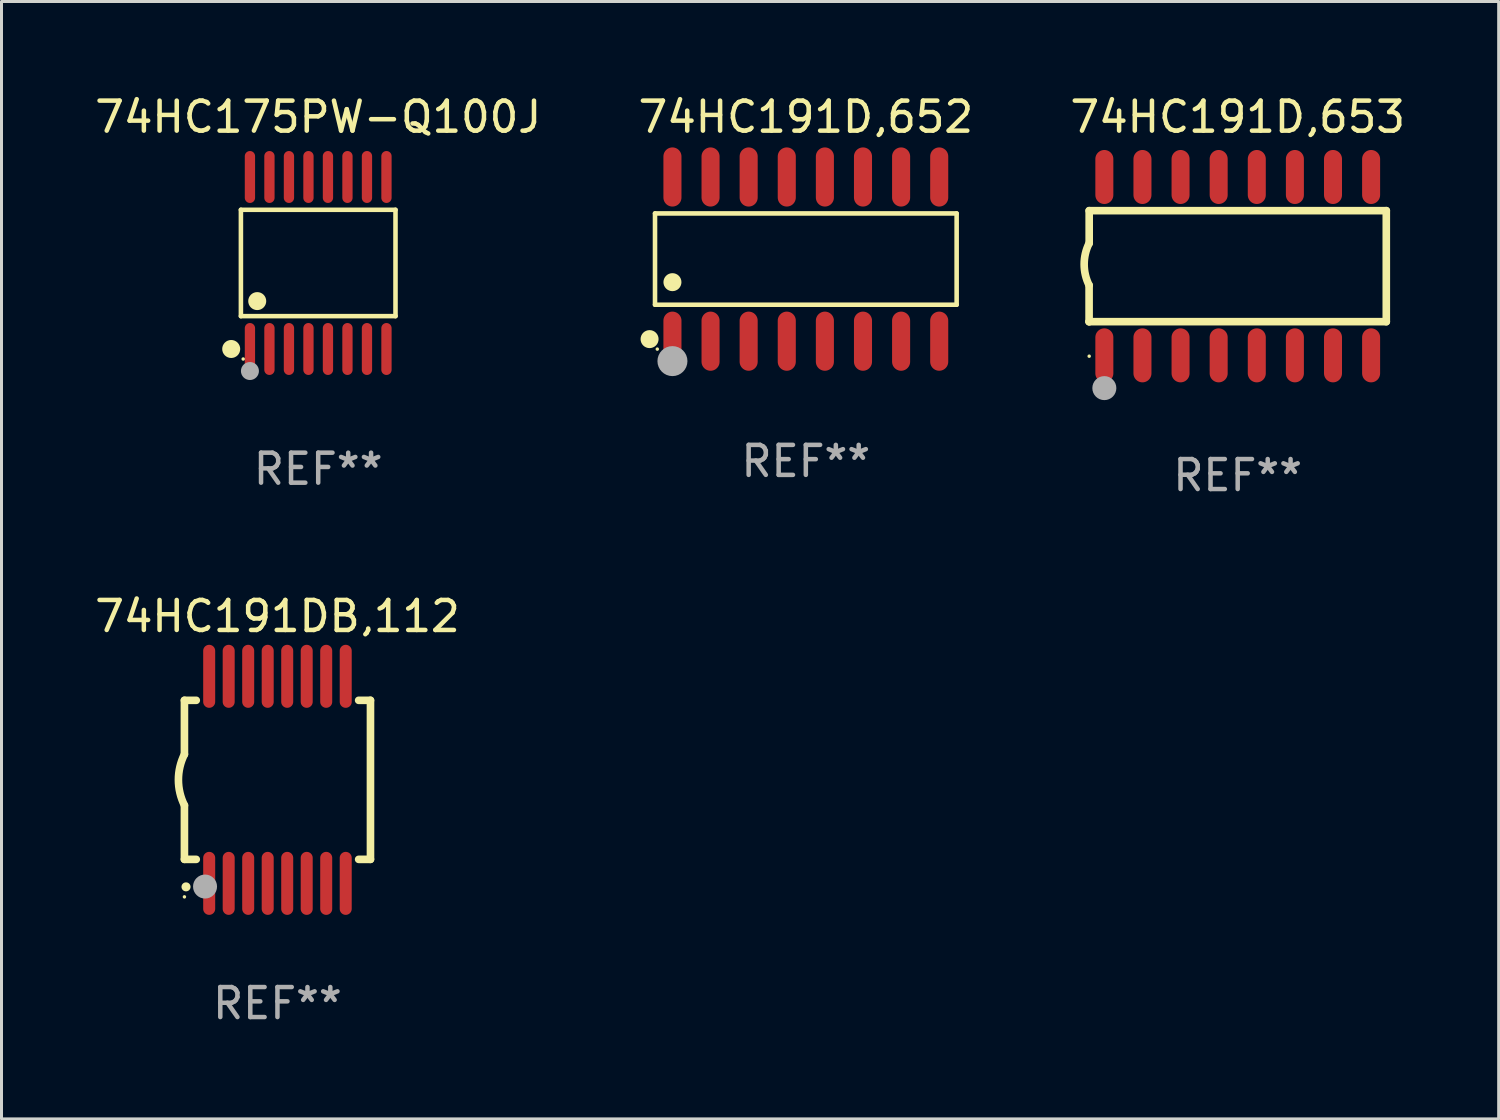
<source format=kicad_pcb>
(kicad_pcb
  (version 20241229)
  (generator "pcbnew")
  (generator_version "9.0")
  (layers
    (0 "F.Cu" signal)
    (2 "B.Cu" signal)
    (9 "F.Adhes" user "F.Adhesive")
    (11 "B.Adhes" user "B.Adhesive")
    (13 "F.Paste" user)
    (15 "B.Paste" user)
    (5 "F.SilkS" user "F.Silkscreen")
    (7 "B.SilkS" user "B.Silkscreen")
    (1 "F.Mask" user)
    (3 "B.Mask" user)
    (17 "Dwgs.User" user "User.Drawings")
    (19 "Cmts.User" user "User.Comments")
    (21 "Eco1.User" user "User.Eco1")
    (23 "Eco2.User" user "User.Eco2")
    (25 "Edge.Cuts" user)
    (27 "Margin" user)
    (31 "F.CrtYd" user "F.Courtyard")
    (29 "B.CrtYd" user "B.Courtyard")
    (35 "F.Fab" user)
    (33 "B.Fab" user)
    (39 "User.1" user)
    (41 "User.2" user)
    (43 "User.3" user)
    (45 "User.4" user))
  (footprint "74HC191D,653"
    (layer "F.Cu")
    (at 38.196 5.82)
    (property "Reference" "74HC191D,653" (at 0 -4.972 0) (layer "F.SilkS") (effects (font (size 1 1) (thickness 0.15))))
    (attr through_hole)
    (fp_line (start -4.952 0.635) (end -4.952 1.85) (stroke (width 0.254) (type solid)) (layer "F.SilkS"))
    (fp_line (start -4.952 1.85) (end -4.949 1.85) (stroke (width 0.254) (type solid)) (layer "F.SilkS"))
    (fp_line (start -4.949 -1.85) (end -4.949 -0.762) (stroke (width 0.254) (type solid)) (layer "F.SilkS"))
    (fp_line (start -4.949 1.85) (end 4.952 1.85) (stroke (width 0.254) (type solid)) (layer "F.SilkS"))
    (fp_line (start 4.952 -1.85) (end -4.949 -1.85) (stroke (width 0.254) (type solid)) (layer "F.SilkS"))
    (fp_line (start 4.952 1.85) (end 4.952 -1.85) (stroke (width 0.254) (type solid)) (layer "F.SilkS"))
    (fp_arc (start -4.951524 0.635001) (mid -5.116418 -0.0635) (end -4.951524 -0.762002) (stroke (width 0.254001) (type solid)) (layer "F.SilkS"))
    (fp_circle (center -4.949 3) (end -4.919 3) (stroke (width 0.06) (type solid)) (fill no) (layer "F.SilkS"))
    (fp_circle (center -4.444 4.064) (end -4.244 4.064) (stroke (width 0.4) (type solid)) (fill no) (layer "F.Fab"))
    (fp_text user "REF**" (at 0 6.972 0) (layer "F.Fab") (effects (font (size 1 1) (thickness 0.15))))
    (pad "1" smd oval (at -4.444 2.972 180) (size 0.6 1.8) (layers "F.Cu" "F.Mask" "F.Paste"))
    (pad "2" smd oval (at -3.174 2.972 180) (size 0.6 1.8) (layers "F.Cu" "F.Mask" "F.Paste"))
    (pad "3" smd oval (at -1.904 2.972 180) (size 0.6 1.8) (layers "F.Cu" "F.Mask" "F.Paste"))
    (pad "4" smd oval (at -0.634 2.972 180) (size 0.6 1.8) (layers "F.Cu" "F.Mask" "F.Paste"))
    (pad "5" smd oval (at 0.636 2.972 180) (size 0.6 1.8) (layers "F.Cu" "F.Mask" "F.Paste"))
    (pad "6" smd oval (at 1.906 2.972 180) (size 0.6 1.8) (layers "F.Cu" "F.Mask" "F.Paste"))
    (pad "7" smd oval (at 3.176 2.972 180) (size 0.6 1.8) (layers "F.Cu" "F.Mask" "F.Paste"))
    (pad "8" smd oval (at 4.446 2.972 180) (size 0.6 1.8) (layers "F.Cu" "F.Mask" "F.Paste"))
    (pad "9" smd oval (at 4.446 -2.972 180) (size 0.6 1.8) (layers "F.Cu" "F.Mask" "F.Paste"))
    (pad "10" smd oval (at 3.176 -2.972 180) (size 0.6 1.8) (layers "F.Cu" "F.Mask" "F.Paste"))
    (pad "11" smd oval (at 1.906 -2.972 180) (size 0.6 1.8) (layers "F.Cu" "F.Mask" "F.Paste"))
    (pad "12" smd oval (at 0.636 -2.972 180) (size 0.6 1.8) (layers "F.Cu" "F.Mask" "F.Paste"))
    (pad "13" smd oval (at -0.634 -2.972 180) (size 0.6 1.8) (layers "F.Cu" "F.Mask" "F.Paste"))
    (pad "14" smd oval (at -1.904 -2.972 180) (size 0.6 1.8) (layers "F.Cu" "F.Mask" "F.Paste"))
    (pad "15" smd oval (at -3.174 -2.972 180) (size 0.6 1.8) (layers "F.Cu" "F.Mask" "F.Paste"))
    (pad "16" smd oval (at -4.444 -2.972 180) (size 0.6 1.8) (layers "F.Cu" "F.Mask" "F.Paste")))
  (footprint "74HC191D,652"
    (layer "F.Cu")
    (at 23.804 5.584)
    (property "Reference" "74HC191D,652" (at 0 -4.736 0) (layer "F.SilkS") (effects (font (size 1 1) (thickness 0.15))))
    (attr through_hole)
    (fp_line (start -5.026 -1.521) (end 5.026 -1.521) (stroke (width 0.152) (type solid)) (layer "F.SilkS"))
    (fp_line (start -5.026 1.521) (end -5.026 -1.521) (stroke (width 0.152) (type solid)) (layer "F.SilkS"))
    (fp_line (start 5.026 -1.521) (end 5.026 1.521) (stroke (width 0.152) (type solid)) (layer "F.SilkS"))
    (fp_line (start 5.026 1.521) (end -5.026 1.521) (stroke (width 0.152) (type solid)) (layer "F.SilkS"))
    (fp_circle (center -5.207 2.667) (end -5.057 2.667) (stroke (width 0.3) (type solid)) (fill no) (layer "F.SilkS"))
    (fp_circle (center -4.95 3) (end -4.92 3) (stroke (width 0.06) (type solid)) (fill no) (layer "F.SilkS"))
    (fp_circle (center -4.445 0.769) (end -4.295 0.769) (stroke (width 0.3) (type solid)) (fill no) (layer "F.SilkS"))
    (fp_circle (center -4.445 3.4) (end -4.195 3.4) (stroke (width 0.5) (type solid)) (fill no) (layer "F.Fab"))
    (fp_text user "REF**" (at 0 6.736 0) (layer "F.Fab") (effects (font (size 1 1) (thickness 0.15))))
    (pad "1" smd oval (at -4.445 2.736) (size 0.602 1.971) (layers "F.Cu" "F.Mask" "F.Paste"))
    (pad "2" smd oval (at -3.175 2.736) (size 0.602 1.971) (layers "F.Cu" "F.Mask" "F.Paste"))
    (pad "3" smd oval (at -1.905 2.736) (size 0.602 1.971) (layers "F.Cu" "F.Mask" "F.Paste"))
    (pad "4" smd oval (at -0.635 2.736) (size 0.602 1.971) (layers "F.Cu" "F.Mask" "F.Paste"))
    (pad "5" smd oval (at 0.635 2.736) (size 0.602 1.971) (layers "F.Cu" "F.Mask" "F.Paste"))
    (pad "6" smd oval (at 1.905 2.736) (size 0.602 1.971) (layers "F.Cu" "F.Mask" "F.Paste"))
    (pad "7" smd oval (at 3.175 2.736) (size 0.602 1.971) (layers "F.Cu" "F.Mask" "F.Paste"))
    (pad "8" smd oval (at 4.445 2.736) (size 0.602 1.971) (layers "F.Cu" "F.Mask" "F.Paste"))
    (pad "9" smd oval (at 4.445 -2.736) (size 0.602 1.971) (layers "F.Cu" "F.Mask" "F.Paste"))
    (pad "10" smd oval (at 3.175 -2.736) (size 0.602 1.971) (layers "F.Cu" "F.Mask" "F.Paste"))
    (pad "11" smd oval (at 1.905 -2.736) (size 0.602 1.971) (layers "F.Cu" "F.Mask" "F.Paste"))
    (pad "12" smd oval (at 0.635 -2.736) (size 0.602 1.971) (layers "F.Cu" "F.Mask" "F.Paste"))
    (pad "13" smd oval (at -0.635 -2.736) (size 0.602 1.971) (layers "F.Cu" "F.Mask" "F.Paste"))
    (pad "14" smd oval (at -1.905 -2.736) (size 0.602 1.971) (layers "F.Cu" "F.Mask" "F.Paste"))
    (pad "15" smd oval (at -3.175 -2.736) (size 0.602 1.971) (layers "F.Cu" "F.Mask" "F.Paste"))
    (pad "16" smd oval (at -4.445 -2.736) (size 0.602 1.971) (layers "F.Cu" "F.Mask" "F.Paste")))
  (footprint "74HC191DB,112"
    (layer "F.Cu")
    (at 6.196 22.938)
    (property "Reference" "74HC191DB,112" (at 0 -5.45 0) (layer "F.SilkS") (effects (font (size 1 1) (thickness 0.15))))
    (attr through_hole)
    (fp_line (start -3.1 -2.65) (end -3.1 -0.85) (stroke (width 0.254) (type solid)) (layer "F.SilkS"))
    (fp_line (start -3.1 -2.65) (end -2.706 -2.65) (stroke (width 0.254) (type solid)) (layer "F.SilkS"))
    (fp_line (start -3.1 2.65) (end -3.1 0.85) (stroke (width 0.254) (type solid)) (layer "F.SilkS"))
    (fp_line (start -3.1 2.65) (end -2.706 2.65) (stroke (width 0.254) (type solid)) (layer "F.SilkS"))
    (fp_line (start 2.706 -2.65) (end 3.1 -2.65) (stroke (width 0.254) (type solid)) (layer "F.SilkS"))
    (fp_line (start 2.706 2.65) (end 3.1 2.65) (stroke (width 0.254) (type solid)) (layer "F.SilkS"))
    (fp_line (start 3.1 -2.65) (end 3.1 2.65) (stroke (width 0.254) (type solid)) (layer "F.SilkS"))
    (fp_arc (start -3.098907 0.850902) (mid -3.300057 0.000523) (end -3.1 -0.850114) (stroke (width 0.254001) (type solid)) (layer "F.SilkS"))
    (fp_arc (start -3.048006 3.566066) (mid -3.046736 3.566061) (end -3.045466 3.566066) (stroke (width 0.3) (type solid)) (layer "F.SilkS"))
    (fp_circle (center -3.1 3.9) (end -3.07 3.9) (stroke (width 0.06) (type solid)) (fill no) (layer "F.SilkS"))
    (fp_circle (center -2.413 3.556) (end -2.213 3.556) (stroke (width 0.4) (type solid)) (fill no) (layer "F.Fab"))
    (fp_text user "REF**" (at 0 7.45 0) (layer "F.Fab") (effects (font (size 1 1) (thickness 0.15))))
    (pad "1" smd oval (at -2.275 3.45 180) (size 0.4 2.1) (layers "F.Cu" "F.Mask" "F.Paste"))
    (pad "2" smd oval (at -1.625 3.45 180) (size 0.4 2.1) (layers "F.Cu" "F.Mask" "F.Paste"))
    (pad "3" smd oval (at -0.975 3.45 180) (size 0.4 2.1) (layers "F.Cu" "F.Mask" "F.Paste"))
    (pad "4" smd oval (at -0.325 3.45 180) (size 0.4 2.1) (layers "F.Cu" "F.Mask" "F.Paste"))
    (pad "5" smd oval (at 0.325 3.45 180) (size 0.4 2.1) (layers "F.Cu" "F.Mask" "F.Paste"))
    (pad "6" smd oval (at 0.975 3.45 180) (size 0.4 2.1) (layers "F.Cu" "F.Mask" "F.Paste"))
    (pad "7" smd oval (at 1.625 3.45 180) (size 0.4 2.1) (layers "F.Cu" "F.Mask" "F.Paste"))
    (pad "8" smd oval (at 2.275 3.45 180) (size 0.4 2.1) (layers "F.Cu" "F.Mask" "F.Paste"))
    (pad "9" smd oval (at 2.275 -3.45 180) (size 0.4 2.1) (layers "F.Cu" "F.Mask" "F.Paste"))
    (pad "10" smd oval (at 1.625 -3.45 180) (size 0.4 2.1) (layers "F.Cu" "F.Mask" "F.Paste"))
    (pad "11" smd oval (at 0.975 -3.45 180) (size 0.4 2.1) (layers "F.Cu" "F.Mask" "F.Paste"))
    (pad "12" smd oval (at 0.325 -3.45 180) (size 0.4 2.1) (layers "F.Cu" "F.Mask" "F.Paste"))
    (pad "13" smd oval (at -0.325 -3.45 180) (size 0.4 2.1) (layers "F.Cu" "F.Mask" "F.Paste"))
    (pad "14" smd oval (at -0.975 -3.45 180) (size 0.4 2.1) (layers "F.Cu" "F.Mask" "F.Paste"))
    (pad "15" smd oval (at -1.625 -3.45 180) (size 0.4 2.1) (layers "F.Cu" "F.Mask" "F.Paste"))
    (pad "16" smd oval (at -2.275 -3.45 180) (size 0.4 2.1) (layers "F.Cu" "F.Mask" "F.Paste")))
  (footprint "74HC175PW-Q100J"
    (layer "F.Cu")
    (at 7.554 5.714)
    (property "Reference" "74HC175PW-Q100J" (at 0 -4.866 0) (layer "F.SilkS") (effects (font (size 1 1) (thickness 0.15))))
    (attr through_hole)
    (fp_line (start -2.576 -1.772) (end 2.576 -1.772) (stroke (width 0.152) (type solid)) (layer "F.SilkS"))
    (fp_line (start -2.576 1.771) (end -2.576 -1.772) (stroke (width 0.152) (type solid)) (layer "F.SilkS"))
    (fp_line (start 2.576 -1.772) (end 2.576 1.771) (stroke (width 0.152) (type solid)) (layer "F.SilkS"))
    (fp_line (start 2.576 1.771) (end -2.576 1.771) (stroke (width 0.152) (type solid)) (layer "F.SilkS"))
    (fp_circle (center -2.899 2.866) (end -2.749 2.866) (stroke (width 0.3) (type solid)) (fill no) (layer "F.SilkS"))
    (fp_circle (center -2.5 3.2) (end -2.47 3.2) (stroke (width 0.06) (type solid)) (fill no) (layer "F.SilkS"))
    (fp_circle (center -2.032 1.27) (end -1.882 1.27) (stroke (width 0.3) (type solid)) (fill no) (layer "F.SilkS"))
    (fp_circle (center -2.275 3.6) (end -2.125 3.6) (stroke (width 0.3) (type solid)) (fill no) (layer "F.Fab"))
    (fp_text user "REF**" (at 0 6.866 0) (layer "F.Fab") (effects (font (size 1 1) (thickness 0.15))))
    (pad "1" smd oval (at -2.275 2.866) (size 0.343 1.731) (layers "F.Cu" "F.Mask" "F.Paste"))
    (pad "2" smd oval (at -1.625 2.866) (size 0.343 1.731) (layers "F.Cu" "F.Mask" "F.Paste"))
    (pad "3" smd oval (at -0.975 2.866) (size 0.343 1.731) (layers "F.Cu" "F.Mask" "F.Paste"))
    (pad "4" smd oval (at -0.325 2.866) (size 0.343 1.731) (layers "F.Cu" "F.Mask" "F.Paste"))
    (pad "5" smd oval (at 0.325 2.866) (size 0.343 1.731) (layers "F.Cu" "F.Mask" "F.Paste"))
    (pad "6" smd oval (at 0.975 2.866) (size 0.343 1.731) (layers "F.Cu" "F.Mask" "F.Paste"))
    (pad "7" smd oval (at 1.625 2.866) (size 0.343 1.731) (layers "F.Cu" "F.Mask" "F.Paste"))
    (pad "8" smd oval (at 2.275 2.866) (size 0.343 1.731) (layers "F.Cu" "F.Mask" "F.Paste"))
    (pad "9" smd oval (at 2.275 -2.866) (size 0.343 1.731) (layers "F.Cu" "F.Mask" "F.Paste"))
    (pad "10" smd oval (at 1.625 -2.866) (size 0.343 1.731) (layers "F.Cu" "F.Mask" "F.Paste"))
    (pad "11" smd oval (at 0.975 -2.866) (size 0.343 1.731) (layers "F.Cu" "F.Mask" "F.Paste"))
    (pad "12" smd oval (at 0.325 -2.866) (size 0.343 1.731) (layers "F.Cu" "F.Mask" "F.Paste"))
    (pad "13" smd oval (at -0.325 -2.866) (size 0.343 1.731) (layers "F.Cu" "F.Mask" "F.Paste"))
    (pad "14" smd oval (at -0.975 -2.866) (size 0.343 1.731) (layers "F.Cu" "F.Mask" "F.Paste"))
    (pad "15" smd oval (at -1.625 -2.866) (size 0.343 1.731) (layers "F.Cu" "F.Mask" "F.Paste"))
    (pad "16" smd oval (at -2.275 -2.866) (size 0.343 1.731) (layers "F.Cu" "F.Mask" "F.Paste")))
  (gr_rect
    (start -3 -3)
    (end 46.893 34.237)
    (stroke (width 0.1) (type default))
    (fill no)
    (layer "Edge.Cuts")))
</source>
